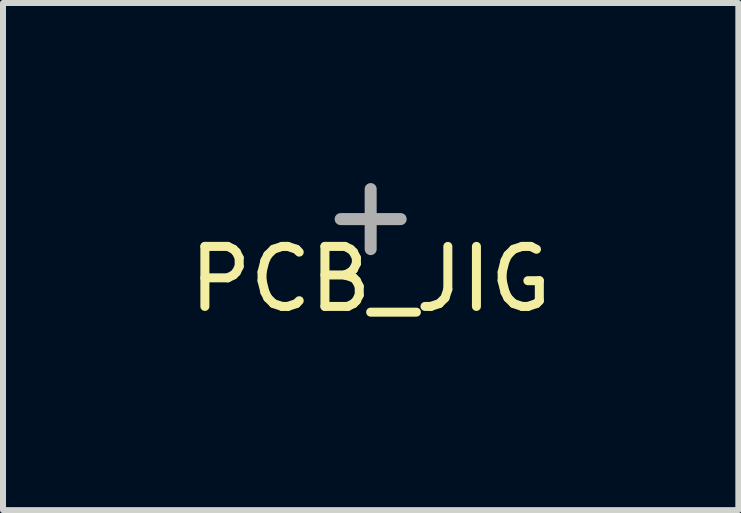
<source format=kicad_pcb>
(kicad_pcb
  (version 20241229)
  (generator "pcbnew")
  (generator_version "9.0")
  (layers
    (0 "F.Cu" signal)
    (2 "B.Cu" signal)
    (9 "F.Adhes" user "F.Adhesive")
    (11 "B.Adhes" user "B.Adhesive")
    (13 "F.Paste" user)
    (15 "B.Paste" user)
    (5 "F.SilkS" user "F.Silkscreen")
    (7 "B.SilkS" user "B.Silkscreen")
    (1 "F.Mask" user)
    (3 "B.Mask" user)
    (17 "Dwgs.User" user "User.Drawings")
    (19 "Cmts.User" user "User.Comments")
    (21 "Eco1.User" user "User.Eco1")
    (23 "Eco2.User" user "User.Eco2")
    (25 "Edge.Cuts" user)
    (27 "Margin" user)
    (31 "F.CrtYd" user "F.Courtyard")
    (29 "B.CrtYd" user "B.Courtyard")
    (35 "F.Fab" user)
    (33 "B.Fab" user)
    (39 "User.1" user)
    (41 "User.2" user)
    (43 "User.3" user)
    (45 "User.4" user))
  (footprint "PCB_JIG"
    (layer "F.Cu")
    (at 3.125 0.6)
    (property "Reference" "PCB_JIG" (at 0 1 0) (layer "F.SilkS") (effects (font (size 1 1) (thickness 0.15))))
    (attr through_hole)
    (fp_line (start -0.5 0) (end 0.5 0) (stroke (width 0.2) (type solid)) (layer "F.Fab"))
    (fp_line (start 0 0.5) (end 0 -0.5) (stroke (width 0.2) (type solid)) (layer "F.Fab")))
  (gr_rect
    (start -3 -3)
    (end 9.25 5.448)
    (stroke (width 0.1) (type default))
    (fill no)
    (layer "Edge.Cuts")))
</source>
